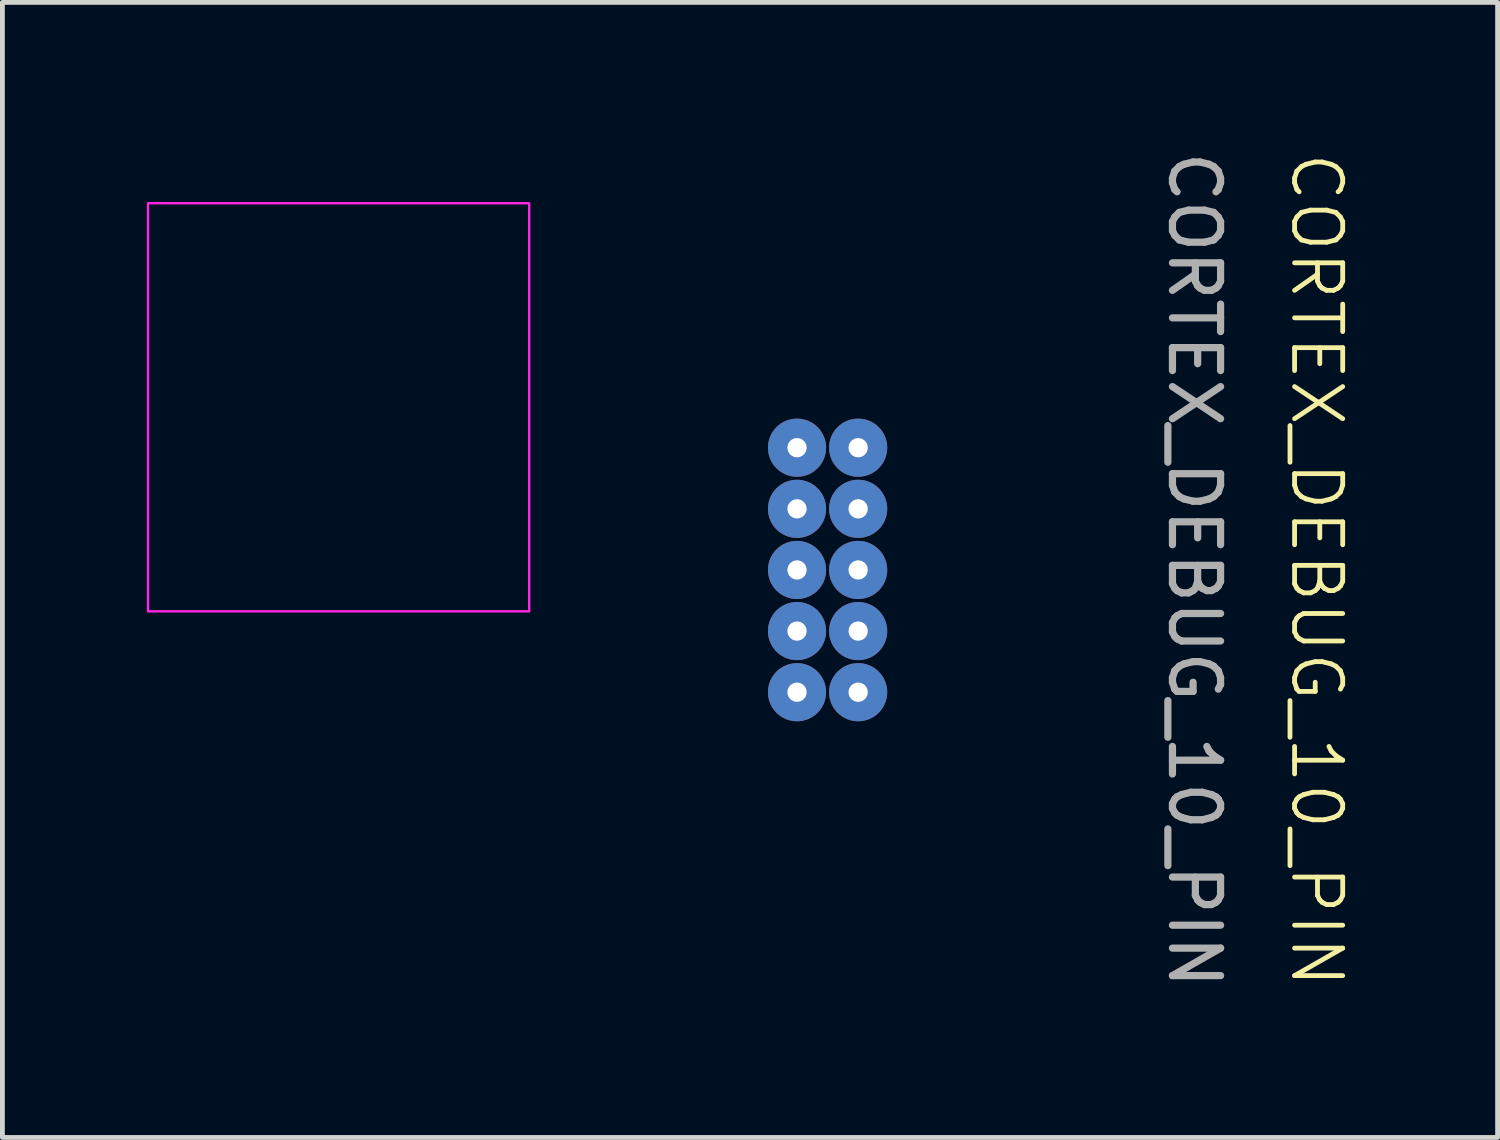
<source format=kicad_pcb>
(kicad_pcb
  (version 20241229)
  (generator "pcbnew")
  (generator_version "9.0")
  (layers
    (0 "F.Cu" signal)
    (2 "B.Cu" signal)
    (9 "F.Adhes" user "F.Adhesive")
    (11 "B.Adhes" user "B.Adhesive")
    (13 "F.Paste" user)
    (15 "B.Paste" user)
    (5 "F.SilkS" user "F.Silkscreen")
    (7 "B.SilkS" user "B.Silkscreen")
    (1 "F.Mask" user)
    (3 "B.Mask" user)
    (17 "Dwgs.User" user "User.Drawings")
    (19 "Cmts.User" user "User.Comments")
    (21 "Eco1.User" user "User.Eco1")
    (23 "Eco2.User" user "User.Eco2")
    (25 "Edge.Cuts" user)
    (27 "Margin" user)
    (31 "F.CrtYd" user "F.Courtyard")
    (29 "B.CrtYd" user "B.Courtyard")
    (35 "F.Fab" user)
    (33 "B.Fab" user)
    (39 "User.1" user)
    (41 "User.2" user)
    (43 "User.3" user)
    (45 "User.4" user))
  (footprint "CORTEX_DEBUG_10_PIN"
    (layer "F.Cu")
    (at 14.145 8.792)
    (property "Reference" "CORTEX_DEBUG_10_PIN" (at 10.16 0 270) (unlocked yes) (layer "F.SilkS") (effects (font (size 1 1) (thickness 0.1))))
    (attr through_hole)
    (fp_rect (start -14.12 -7.62) (end -6.2 0.86) (stroke (width 0.05) (type default)) (fill no) (layer "F.CrtYd"))
    (fp_text user "${REFERENCE}" (at 7.62 0 270) (unlocked yes) (layer "F.Fab") (effects (font (size 1 1) (thickness 0.15))))
    (pad "1" thru_hole circle (at -0.635 -2.54 90) (size 1.208 1.208) (drill 0.4) (layers "*.Cu" "*.Mask"))
    (pad "2" thru_hole circle (at 0.635 -2.54 90) (size 1.208 1.208) (drill 0.4) (layers "*.Cu" "*.Mask"))
    (pad "3" thru_hole circle (at -0.635 -1.27 90) (size 1.208 1.208) (drill 0.4) (layers "*.Cu" "B.Mask"))
    (pad "4" thru_hole circle (at 0.635 -1.27 90) (size 1.208 1.208) (drill 0.4) (layers "*.Cu" "*.Mask"))
    (pad "5" thru_hole circle (at -0.635 0 90) (size 1.208 1.208) (drill 0.4) (layers "*.Cu" "*.Mask"))
    (pad "6" thru_hole circle (at 0.635 0 90) (size 1.208 1.208) (drill 0.4) (layers "*.Cu" "*.Mask"))
    (pad "7" thru_hole circle (at -0.635 1.27 90) (size 1.208 1.208) (drill 0.4) (layers "*.Cu" "*.Mask"))
    (pad "8" thru_hole circle (at 0.635 1.27 90) (size 1.208 1.208) (drill 0.4) (layers "*.Cu" "*.Mask"))
    (pad "9" thru_hole circle (at -0.635 2.54 90) (size 1.208 1.208) (drill 0.4) (layers "*.Cu" "*.Mask"))
    (pad "10" thru_hole circle (at 0.635 2.54 90) (size 1.208 1.208) (drill 0.4) (layers "*.Cu" "*.Mask")))
  (gr_rect
    (start -3 -3)
    (end 28.066 20.583)
    (stroke (width 0.1) (type default))
    (fill no)
    (layer "Edge.Cuts")))
</source>
